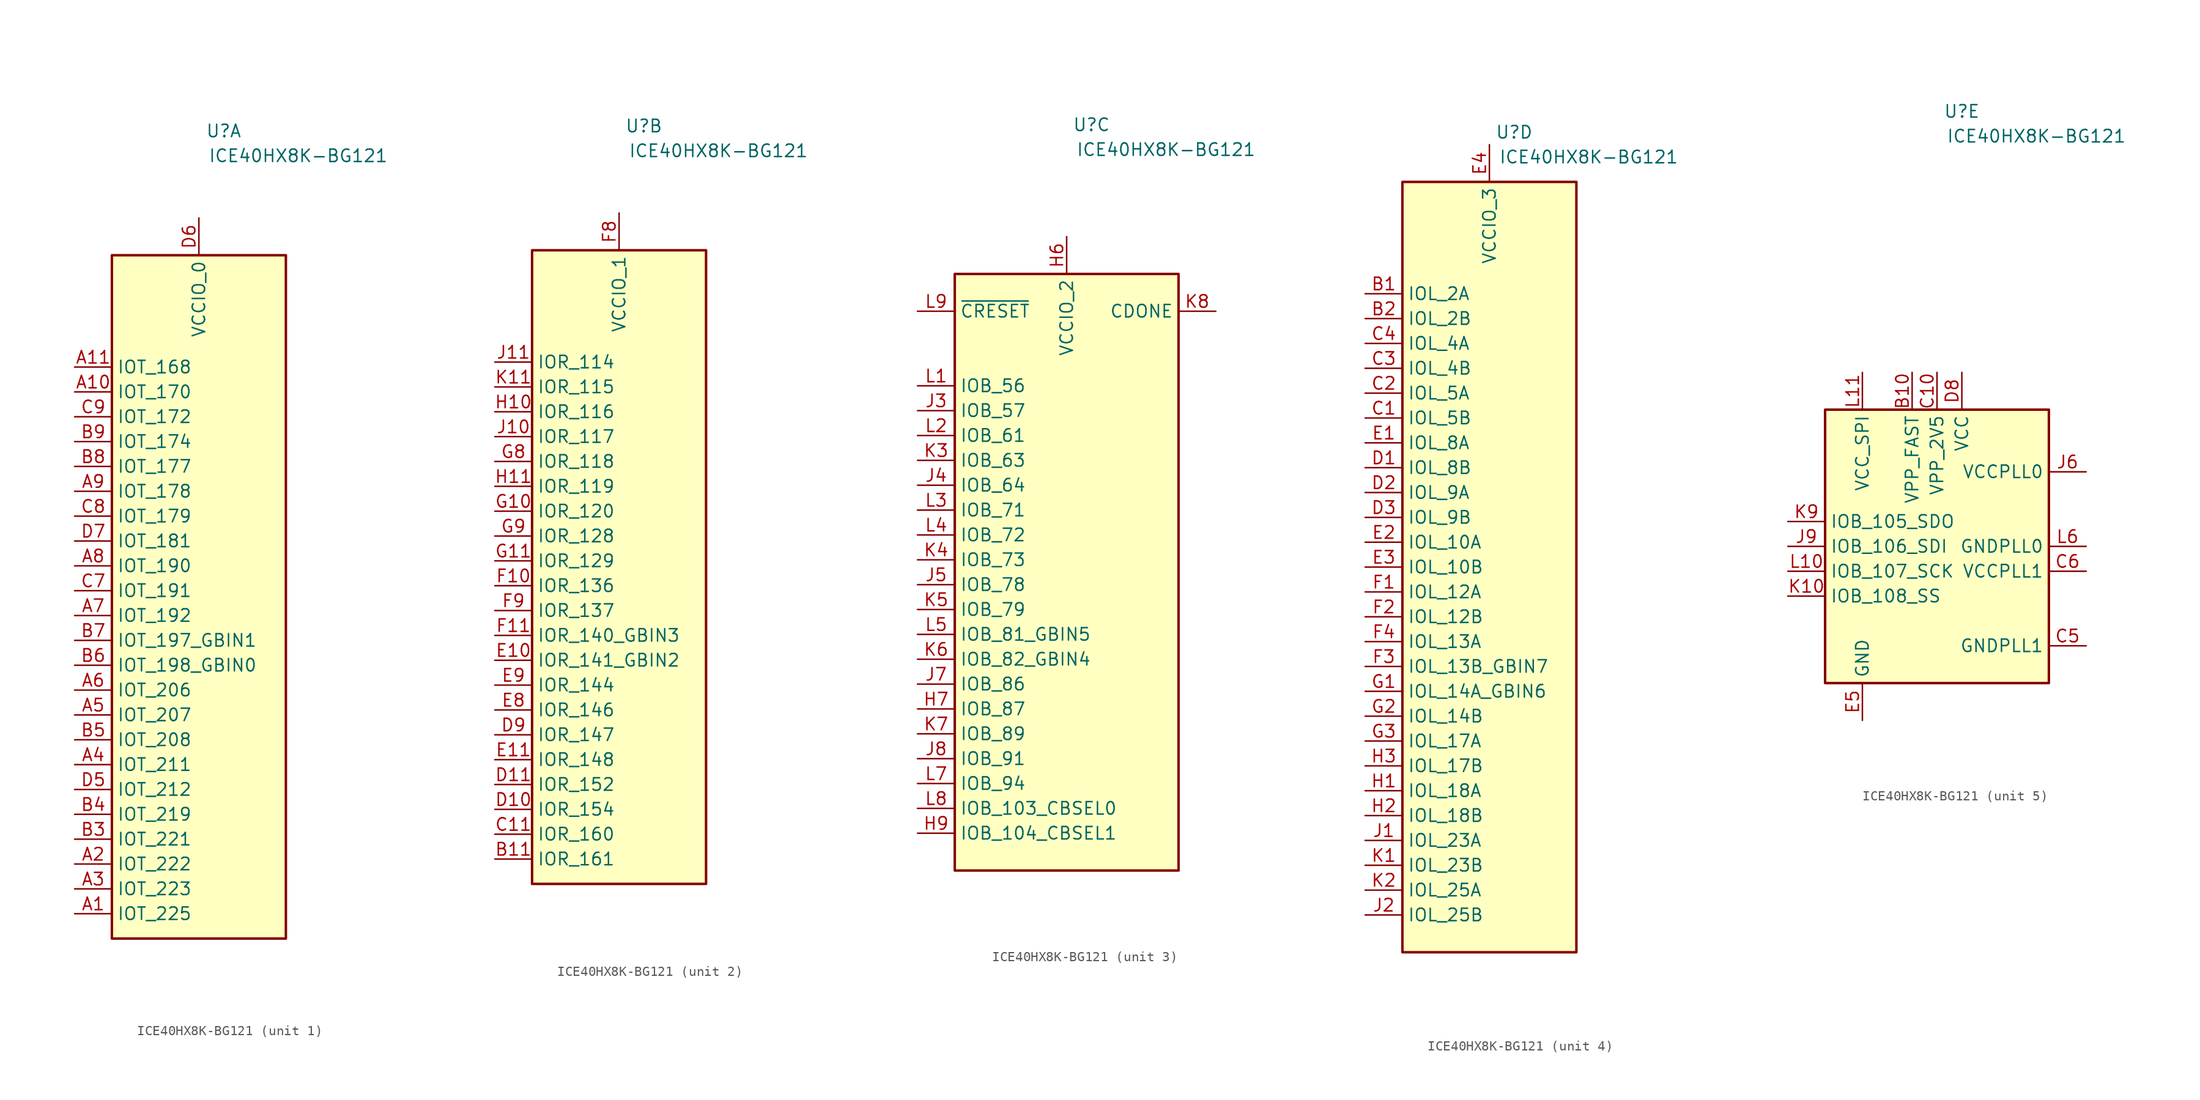
<source format=kicad_sym>
(kicad_symbol_lib
  (version 20220914)
  (generator kicad_symbol_editor)
  (symbol "ICE40HX8K-BG121"
    (property "Reference" "U"
      (at 2.54 44.45 0)
      (effects (font (size 1.27 1.27))))
    (property "Value" "ICE40HX8K-BG121"
      (at 10.16 41.91 0)
      (effects (font (size 1.27 1.27))))
    (property "ki_locked" ""
      (at 0 0 0)
      (effects (font (size 1.27 1.27))))
    (symbol "ICE40HX8K-BG121_1_1"
      (rectangle (start -8.89 31.75) (end 8.89 -38.1) (stroke (width 0.254) (type default)) (fill (type background)))
      (pin bidirectional line (at -12.7 -35.56 0) (length 3.81) (name "IOT_225" (effects (font (size 1.27 1.27)))) (number "A1" (effects (font (size 1.27 1.27)))))
      (pin bidirectional line (at -12.7 17.78 0) (length 3.81) (name "IOT_170" (effects (font (size 1.27 1.27)))) (number "A10" (effects (font (size 1.27 1.27)))))
      (pin bidirectional line (at -12.7 20.32 0) (length 3.81) (name "IOT_168" (effects (font (size 1.27 1.27)))) (number "A11" (effects (font (size 1.27 1.27)))))
      (pin bidirectional line (at -12.7 -30.48 0) (length 3.81) (name "IOT_222" (effects (font (size 1.27 1.27)))) (number "A2" (effects (font (size 1.27 1.27)))))
      (pin bidirectional line (at -12.7 -33.02 0) (length 3.81) (name "IOT_223" (effects (font (size 1.27 1.27)))) (number "A3" (effects (font (size 1.27 1.27)))))
      (pin bidirectional line (at -12.7 -20.32 0) (length 3.81) (name "IOT_211" (effects (font (size 1.27 1.27)))) (number "A4" (effects (font (size 1.27 1.27)))))
      (pin bidirectional line (at -12.7 -15.24 0) (length 3.81) (name "IOT_207" (effects (font (size 1.27 1.27)))) (number "A5" (effects (font (size 1.27 1.27)))))
      (pin bidirectional line (at -12.7 -12.7 0) (length 3.81) (name "IOT_206" (effects (font (size 1.27 1.27)))) (number "A6" (effects (font (size 1.27 1.27)))))
      (pin bidirectional line (at -12.7 -5.08 0) (length 3.81) (name "IOT_192" (effects (font (size 1.27 1.27)))) (number "A7" (effects (font (size 1.27 1.27)))))
      (pin bidirectional line (at -12.7 0 0) (length 3.81) (name "IOT_190" (effects (font (size 1.27 1.27)))) (number "A8" (effects (font (size 1.27 1.27)))))
      (pin bidirectional line (at -12.7 7.62 0) (length 3.81) (name "IOT_178" (effects (font (size 1.27 1.27)))) (number "A9" (effects (font (size 1.27 1.27)))))
      (pin bidirectional line (at -12.7 -27.94 0) (length 3.81) (name "IOT_221" (effects (font (size 1.27 1.27)))) (number "B3" (effects (font (size 1.27 1.27)))))
      (pin bidirectional line (at -12.7 -25.4 0) (length 3.81) (name "IOT_219" (effects (font (size 1.27 1.27)))) (number "B4" (effects (font (size 1.27 1.27)))))
      (pin bidirectional line (at -12.7 -17.78 0) (length 3.81) (name "IOT_208" (effects (font (size 1.27 1.27)))) (number "B5" (effects (font (size 1.27 1.27)))))
      (pin bidirectional line (at -12.7 -10.16 0) (length 3.81) (name "IOT_198_GBIN0" (effects (font (size 1.27 1.27)))) (number "B6" (effects (font (size 1.27 1.27)))))
      (pin bidirectional line (at -12.7 -7.62 0) (length 3.81) (name "IOT_197_GBIN1" (effects (font (size 1.27 1.27)))) (number "B7" (effects (font (size 1.27 1.27)))))
      (pin bidirectional line (at -12.7 10.16 0) (length 3.81) (name "IOT_177" (effects (font (size 1.27 1.27)))) (number "B8" (effects (font (size 1.27 1.27)))))
      (pin bidirectional line (at -12.7 12.7 0) (length 3.81) (name "IOT_174" (effects (font (size 1.27 1.27)))) (number "B9" (effects (font (size 1.27 1.27)))))
      (pin bidirectional line (at -12.7 -2.54 0) (length 3.81) (name "IOT_191" (effects (font (size 1.27 1.27)))) (number "C7" (effects (font (size 1.27 1.27)))))
      (pin bidirectional line (at -12.7 5.08 0) (length 3.81) (name "IOT_179" (effects (font (size 1.27 1.27)))) (number "C8" (effects (font (size 1.27 1.27)))))
      (pin bidirectional line (at -12.7 15.24 0) (length 3.81) (name "IOT_172" (effects (font (size 1.27 1.27)))) (number "C9" (effects (font (size 1.27 1.27)))))
      (pin bidirectional line (at -12.7 -22.86 0) (length 3.81) (name "IOT_212" (effects (font (size 1.27 1.27)))) (number "D5" (effects (font (size 1.27 1.27)))))
      (pin power_in line (at 0 35.56 270) (length 3.81) (name "VCCIO_0" (effects (font (size 1.27 1.27)))) (number "D6" (effects (font (size 1.27 1.27)))))
      (pin bidirectional line (at -12.7 2.54 0) (length 3.81) (name "IOT_181" (effects (font (size 1.27 1.27)))) (number "D7" (effects (font (size 1.27 1.27))))))
    (symbol "ICE40HX8K-BG121_2_1"
      (rectangle (start -8.89 31.75) (end 8.89 -33.02) (stroke (width 0.254) (type default)) (fill (type background)))
      (pin bidirectional line (at -12.7 -30.48 0) (length 3.81) (name "IOR_161" (effects (font (size 1.27 1.27)))) (number "B11" (effects (font (size 1.27 1.27)))))
      (pin bidirectional line (at -12.7 -27.94 0) (length 3.81) (name "IOR_160" (effects (font (size 1.27 1.27)))) (number "C11" (effects (font (size 1.27 1.27)))))
      (pin bidirectional line (at -12.7 -25.4 0) (length 3.81) (name "IOR_154" (effects (font (size 1.27 1.27)))) (number "D10" (effects (font (size 1.27 1.27)))))
      (pin bidirectional line (at -12.7 -22.86 0) (length 3.81) (name "IOR_152" (effects (font (size 1.27 1.27)))) (number "D11" (effects (font (size 1.27 1.27)))))
      (pin bidirectional line (at -12.7 -17.78 0) (length 3.81) (name "IOR_147" (effects (font (size 1.27 1.27)))) (number "D9" (effects (font (size 1.27 1.27)))))
      (pin bidirectional line (at -12.7 -10.16 0) (length 3.81) (name "IOR_141_GBIN2" (effects (font (size 1.27 1.27)))) (number "E10" (effects (font (size 1.27 1.27)))))
      (pin bidirectional line (at -12.7 -20.32 0) (length 3.81) (name "IOR_148" (effects (font (size 1.27 1.27)))) (number "E11" (effects (font (size 1.27 1.27)))))
      (pin bidirectional line (at -12.7 -15.24 0) (length 3.81) (name "IOR_146" (effects (font (size 1.27 1.27)))) (number "E8" (effects (font (size 1.27 1.27)))))
      (pin bidirectional line (at -12.7 -12.7 0) (length 3.81) (name "IOR_144" (effects (font (size 1.27 1.27)))) (number "E9" (effects (font (size 1.27 1.27)))))
      (pin bidirectional line (at -12.7 -2.54 0) (length 3.81) (name "IOR_136" (effects (font (size 1.27 1.27)))) (number "F10" (effects (font (size 1.27 1.27)))))
      (pin bidirectional line (at -12.7 -7.62 0) (length 3.81) (name "IOR_140_GBIN3" (effects (font (size 1.27 1.27)))) (number "F11" (effects (font (size 1.27 1.27)))))
      (pin power_in line (at 0 35.56 270) (length 3.81) (name "VCCIO_1" (effects (font (size 1.27 1.27)))) (number "F8" (effects (font (size 1.27 1.27)))))
      (pin bidirectional line (at -12.7 -5.08 0) (length 3.81) (name "IOR_137" (effects (font (size 1.27 1.27)))) (number "F9" (effects (font (size 1.27 1.27)))))
      (pin bidirectional line (at -12.7 5.08 0) (length 3.81) (name "IOR_120" (effects (font (size 1.27 1.27)))) (number "G10" (effects (font (size 1.27 1.27)))))
      (pin bidirectional line (at -12.7 0 0) (length 3.81) (name "IOR_129" (effects (font (size 1.27 1.27)))) (number "G11" (effects (font (size 1.27 1.27)))))
      (pin bidirectional line (at -12.7 10.16 0) (length 3.81) (name "IOR_118" (effects (font (size 1.27 1.27)))) (number "G8" (effects (font (size 1.27 1.27)))))
      (pin bidirectional line (at -12.7 2.54 0) (length 3.81) (name "IOR_128" (effects (font (size 1.27 1.27)))) (number "G9" (effects (font (size 1.27 1.27)))))
      (pin bidirectional line (at -12.7 15.24 0) (length 3.81) (name "IOR_116" (effects (font (size 1.27 1.27)))) (number "H10" (effects (font (size 1.27 1.27)))))
      (pin bidirectional line (at -12.7 7.62 0) (length 3.81) (name "IOR_119" (effects (font (size 1.27 1.27)))) (number "H11" (effects (font (size 1.27 1.27)))))
      (pin bidirectional line (at -12.7 12.7 0) (length 3.81) (name "IOR_117" (effects (font (size 1.27 1.27)))) (number "J10" (effects (font (size 1.27 1.27)))))
      (pin bidirectional line (at -12.7 20.32 0) (length 3.81) (name "IOR_114" (effects (font (size 1.27 1.27)))) (number "J11" (effects (font (size 1.27 1.27)))))
      (pin bidirectional line (at -12.7 17.78 0) (length 3.81) (name "IOR_115" (effects (font (size 1.27 1.27)))) (number "K11" (effects (font (size 1.27 1.27))))))
    (symbol "ICE40HX8K-BG121_3_1"
      (rectangle (start -11.43 29.21) (end 11.43 -31.75) (stroke (width 0.254) (type default)) (fill (type background)))
      (pin power_in line (at 0 33.02 270) (length 3.81) (name "VCCIO_2" (effects (font (size 1.27 1.27)))) (number "H6" (effects (font (size 1.27 1.27)))))
      (pin bidirectional line (at -15.24 -15.24 0) (length 3.81) (name "IOB_87" (effects (font (size 1.27 1.27)))) (number "H7" (effects (font (size 1.27 1.27)))))
      (pin bidirectional line (at -15.24 -27.94 0) (length 3.81) (name "IOB_104_CBSEL1" (effects (font (size 1.27 1.27)))) (number "H9" (effects (font (size 1.27 1.27)))))
      (pin bidirectional line (at -15.24 15.24 0) (length 3.81) (name "IOB_57" (effects (font (size 1.27 1.27)))) (number "J3" (effects (font (size 1.27 1.27)))))
      (pin bidirectional line (at -15.24 7.62 0) (length 3.81) (name "IOB_64" (effects (font (size 1.27 1.27)))) (number "J4" (effects (font (size 1.27 1.27)))))
      (pin bidirectional line (at -15.24 -2.54 0) (length 3.81) (name "IOB_78" (effects (font (size 1.27 1.27)))) (number "J5" (effects (font (size 1.27 1.27)))))
      (pin bidirectional line (at -15.24 -12.7 0) (length 3.81) (name "IOB_86" (effects (font (size 1.27 1.27)))) (number "J7" (effects (font (size 1.27 1.27)))))
      (pin bidirectional line (at -15.24 -20.32 0) (length 3.81) (name "IOB_91" (effects (font (size 1.27 1.27)))) (number "J8" (effects (font (size 1.27 1.27)))))
      (pin bidirectional line (at -15.24 10.16 0) (length 3.81) (name "IOB_63" (effects (font (size 1.27 1.27)))) (number "K3" (effects (font (size 1.27 1.27)))))
      (pin bidirectional line (at -15.24 0 0) (length 3.81) (name "IOB_73" (effects (font (size 1.27 1.27)))) (number "K4" (effects (font (size 1.27 1.27)))))
      (pin bidirectional line (at -15.24 -5.08 0) (length 3.81) (name "IOB_79" (effects (font (size 1.27 1.27)))) (number "K5" (effects (font (size 1.27 1.27)))))
      (pin bidirectional line (at -15.24 -10.16 0) (length 3.81) (name "IOB_82_GBIN4" (effects (font (size 1.27 1.27)))) (number "K6" (effects (font (size 1.27 1.27)))))
      (pin bidirectional line (at -15.24 -17.78 0) (length 3.81) (name "IOB_89" (effects (font (size 1.27 1.27)))) (number "K7" (effects (font (size 1.27 1.27)))))
      (pin open_collector line (at 15.24 25.4 180) (length 3.81) (name "CDONE" (effects (font (size 1.27 1.27)))) (number "K8" (effects (font (size 1.27 1.27)))))
      (pin bidirectional line (at -15.24 17.78 0) (length 3.81) (name "IOB_56" (effects (font (size 1.27 1.27)))) (number "L1" (effects (font (size 1.27 1.27)))))
      (pin bidirectional line (at -15.24 12.7 0) (length 3.81) (name "IOB_61" (effects (font (size 1.27 1.27)))) (number "L2" (effects (font (size 1.27 1.27)))))
      (pin bidirectional line (at -15.24 5.08 0) (length 3.81) (name "IOB_71" (effects (font (size 1.27 1.27)))) (number "L3" (effects (font (size 1.27 1.27)))))
      (pin bidirectional line (at -15.24 2.54 0) (length 3.81) (name "IOB_72" (effects (font (size 1.27 1.27)))) (number "L4" (effects (font (size 1.27 1.27)))))
      (pin bidirectional line (at -15.24 -7.62 0) (length 3.81) (name "IOB_81_GBIN5" (effects (font (size 1.27 1.27)))) (number "L5" (effects (font (size 1.27 1.27)))))
      (pin bidirectional line (at -15.24 -22.86 0) (length 3.81) (name "IOB_94" (effects (font (size 1.27 1.27)))) (number "L7" (effects (font (size 1.27 1.27)))))
      (pin bidirectional line (at -15.24 -25.4 0) (length 3.81) (name "IOB_103_CBSEL0" (effects (font (size 1.27 1.27)))) (number "L8" (effects (font (size 1.27 1.27)))))
      (pin input line (at -15.24 25.4 0) (length 3.81) (name "~{CRESET}" (effects (font (size 1.27 1.27)))) (number "L9" (effects (font (size 1.27 1.27))))))
    (symbol "ICE40HX8K-BG121_4_1"
      (rectangle (start -8.89 39.37) (end 8.89 -39.37) (stroke (width 0.254) (type default)) (fill (type background)))
      (pin bidirectional line (at -12.7 27.94 0) (length 3.81) (name "IOL_2A" (effects (font (size 1.27 1.27)))) (number "B1" (effects (font (size 1.27 1.27)))))
      (pin bidirectional line (at -12.7 25.4 0) (length 3.81) (name "IOL_2B" (effects (font (size 1.27 1.27)))) (number "B2" (effects (font (size 1.27 1.27)))))
      (pin bidirectional line (at -12.7 15.24 0) (length 3.81) (name "IOL_5B" (effects (font (size 1.27 1.27)))) (number "C1" (effects (font (size 1.27 1.27)))))
      (pin bidirectional line (at -12.7 17.78 0) (length 3.81) (name "IOL_5A" (effects (font (size 1.27 1.27)))) (number "C2" (effects (font (size 1.27 1.27)))))
      (pin bidirectional line (at -12.7 20.32 0) (length 3.81) (name "IOL_4B" (effects (font (size 1.27 1.27)))) (number "C3" (effects (font (size 1.27 1.27)))))
      (pin bidirectional line (at -12.7 22.86 0) (length 3.81) (name "IOL_4A" (effects (font (size 1.27 1.27)))) (number "C4" (effects (font (size 1.27 1.27)))))
      (pin bidirectional line (at -12.7 10.16 0) (length 3.81) (name "IOL_8B" (effects (font (size 1.27 1.27)))) (number "D1" (effects (font (size 1.27 1.27)))))
      (pin bidirectional line (at -12.7 7.62 0) (length 3.81) (name "IOL_9A" (effects (font (size 1.27 1.27)))) (number "D2" (effects (font (size 1.27 1.27)))))
      (pin bidirectional line (at -12.7 5.08 0) (length 3.81) (name "IOL_9B" (effects (font (size 1.27 1.27)))) (number "D3" (effects (font (size 1.27 1.27)))))
      (pin bidirectional line (at -12.7 12.7 0) (length 3.81) (name "IOL_8A" (effects (font (size 1.27 1.27)))) (number "E1" (effects (font (size 1.27 1.27)))))
      (pin bidirectional line (at -12.7 2.54 0) (length 3.81) (name "IOL_10A" (effects (font (size 1.27 1.27)))) (number "E2" (effects (font (size 1.27 1.27)))))
      (pin bidirectional line (at -12.7 0 0) (length 3.81) (name "IOL_10B" (effects (font (size 1.27 1.27)))) (number "E3" (effects (font (size 1.27 1.27)))))
      (pin power_in line (at 0 43.18 270) (length 3.81) (name "VCCIO_3" (effects (font (size 1.27 1.27)))) (number "E4" (effects (font (size 1.27 1.27)))))
      (pin bidirectional line (at -12.7 -2.54 0) (length 3.81) (name "IOL_12A" (effects (font (size 1.27 1.27)))) (number "F1" (effects (font (size 1.27 1.27)))))
      (pin bidirectional line (at -12.7 -5.08 0) (length 3.81) (name "IOL_12B" (effects (font (size 1.27 1.27)))) (number "F2" (effects (font (size 1.27 1.27)))))
      (pin bidirectional line (at -12.7 -10.16 0) (length 3.81) (name "IOL_13B_GBIN7" (effects (font (size 1.27 1.27)))) (number "F3" (effects (font (size 1.27 1.27)))))
      (pin bidirectional line (at -12.7 -7.62 0) (length 3.81) (name "IOL_13A" (effects (font (size 1.27 1.27)))) (number "F4" (effects (font (size 1.27 1.27)))))
      (pin bidirectional line (at -12.7 -12.7 0) (length 3.81) (name "IOL_14A_GBIN6" (effects (font (size 1.27 1.27)))) (number "G1" (effects (font (size 1.27 1.27)))))
      (pin bidirectional line (at -12.7 -15.24 0) (length 3.81) (name "IOL_14B" (effects (font (size 1.27 1.27)))) (number "G2" (effects (font (size 1.27 1.27)))))
      (pin bidirectional line (at -12.7 -17.78 0) (length 3.81) (name "IOL_17A" (effects (font (size 1.27 1.27)))) (number "G3" (effects (font (size 1.27 1.27)))))
      (pin passive line (at 0 43.18 270) (length 3.81) hide (name "VCCIO_3" (effects (font (size 1.27 1.27)))) (number "G4" (effects (font (size 1.27 1.27)))))
      (pin bidirectional line (at -12.7 -22.86 0) (length 3.81) (name "IOL_18A" (effects (font (size 1.27 1.27)))) (number "H1" (effects (font (size 1.27 1.27)))))
      (pin bidirectional line (at -12.7 -25.4 0) (length 3.81) (name "IOL_18B" (effects (font (size 1.27 1.27)))) (number "H2" (effects (font (size 1.27 1.27)))))
      (pin bidirectional line (at -12.7 -20.32 0) (length 3.81) (name "IOL_17B" (effects (font (size 1.27 1.27)))) (number "H3" (effects (font (size 1.27 1.27)))))
      (pin bidirectional line (at -12.7 -27.94 0) (length 3.81) (name "IOL_23A" (effects (font (size 1.27 1.27)))) (number "J1" (effects (font (size 1.27 1.27)))))
      (pin bidirectional line (at -12.7 -35.56 0) (length 3.81) (name "IOL_25B" (effects (font (size 1.27 1.27)))) (number "J2" (effects (font (size 1.27 1.27)))))
      (pin bidirectional line (at -12.7 -30.48 0) (length 3.81) (name "IOL_23B" (effects (font (size 1.27 1.27)))) (number "K1" (effects (font (size 1.27 1.27)))))
      (pin bidirectional line (at -12.7 -33.02 0) (length 3.81) (name "IOL_25A" (effects (font (size 1.27 1.27)))) (number "K2" (effects (font (size 1.27 1.27))))))
    (symbol "ICE40HX8K-BG121_5_1"
      (rectangle (start -11.43 13.97) (end 11.43 -13.97) (stroke (width 0.254) (type default)) (fill (type background)))
      (pin power_in line (at -2.54 17.78 270) (length 3.81) (name "VPP_FAST" (effects (font (size 1.27 1.27)))) (number "B10" (effects (font (size 1.27 1.27)))))
      (pin power_in line (at 0 17.78 270) (length 3.81) (name "VPP_2V5" (effects (font (size 1.27 1.27)))) (number "C10" (effects (font (size 1.27 1.27)))))
      (pin power_in line (at 15.24 -10.16 180) (length 3.81) (name "GNDPLL1" (effects (font (size 1.27 1.27)))) (number "C5" (effects (font (size 1.27 1.27)))))
      (pin power_in line (at 15.24 -2.54 180) (length 3.81) (name "VCCPLL1" (effects (font (size 1.27 1.27)))) (number "C6" (effects (font (size 1.27 1.27)))))
      (pin passive line (at 2.54 17.78 270) (length 3.81) hide (name "VCC" (effects (font (size 1.27 1.27)))) (number "D4" (effects (font (size 1.27 1.27)))))
      (pin power_in line (at 2.54 17.78 270) (length 3.81) (name "VCC" (effects (font (size 1.27 1.27)))) (number "D8" (effects (font (size 1.27 1.27)))))
      (pin power_in line (at -7.62 -17.78 90) (length 3.81) (name "GND" (effects (font (size 1.27 1.27)))) (number "E5" (effects (font (size 1.27 1.27)))))
      (pin passive line (at -7.62 -17.78 90) (length 3.81) hide (name "GND" (effects (font (size 1.27 1.27)))) (number "E6" (effects (font (size 1.27 1.27)))))
      (pin passive line (at -7.62 -17.78 90) (length 3.81) hide (name "GND" (effects (font (size 1.27 1.27)))) (number "E7" (effects (font (size 1.27 1.27)))))
      (pin passive line (at -7.62 -17.78 90) (length 3.81) hide (name "GND" (effects (font (size 1.27 1.27)))) (number "F5" (effects (font (size 1.27 1.27)))))
      (pin passive line (at -7.62 -17.78 90) (length 3.81) hide (name "GND" (effects (font (size 1.27 1.27)))) (number "F6" (effects (font (size 1.27 1.27)))))
      (pin passive line (at -7.62 -17.78 90) (length 3.81) hide (name "GND" (effects (font (size 1.27 1.27)))) (number "F7" (effects (font (size 1.27 1.27)))))
      (pin passive line (at -7.62 -17.78 90) (length 3.81) hide (name "GND" (effects (font (size 1.27 1.27)))) (number "G5" (effects (font (size 1.27 1.27)))))
      (pin passive line (at -7.62 -17.78 90) (length 3.81) hide (name "GND" (effects (font (size 1.27 1.27)))) (number "G6" (effects (font (size 1.27 1.27)))))
      (pin passive line (at -7.62 -17.78 90) (length 3.81) hide (name "GND" (effects (font (size 1.27 1.27)))) (number "G7" (effects (font (size 1.27 1.27)))))
      (pin passive line (at 2.54 17.78 270) (length 3.81) hide (name "VCC" (effects (font (size 1.27 1.27)))) (number "H4" (effects (font (size 1.27 1.27)))))
      (pin passive line (at -7.62 -17.78 90) (length 3.81) hide (name "GND" (effects (font (size 1.27 1.27)))) (number "H5" (effects (font (size 1.27 1.27)))))
      (pin passive line (at 2.54 17.78 270) (length 3.81) hide (name "VCC" (effects (font (size 1.27 1.27)))) (number "H8" (effects (font (size 1.27 1.27)))))
      (pin power_in line (at 15.24 7.62 180) (length 3.81) (name "VCCPLL0" (effects (font (size 1.27 1.27)))) (number "J6" (effects (font (size 1.27 1.27)))))
      (pin bidirectional line (at -15.24 0 0) (length 3.81) (name "IOB_106_SDI" (effects (font (size 1.27 1.27)))) (number "J9" (effects (font (size 1.27 1.27)))))
      (pin bidirectional line (at -15.24 -5.08 0) (length 3.81) (name "IOB_108_SS" (effects (font (size 1.27 1.27)))) (number "K10" (effects (font (size 1.27 1.27)))))
      (pin bidirectional line (at -15.24 2.54 0) (length 3.81) (name "IOB_105_SDO" (effects (font (size 1.27 1.27)))) (number "K9" (effects (font (size 1.27 1.27)))))
      (pin bidirectional line (at -15.24 -2.54 0) (length 3.81) (name "IOB_107_SCK" (effects (font (size 1.27 1.27)))) (number "L10" (effects (font (size 1.27 1.27)))))
      (pin power_in line (at -7.62 17.78 270) (length 3.81) (name "VCC_SPI" (effects (font (size 1.27 1.27)))) (number "L11" (effects (font (size 1.27 1.27)))))
      (pin power_in line (at 15.24 0 180) (length 3.81) (name "GNDPLL0" (effects (font (size 1.27 1.27)))) (number "L6" (effects (font (size 1.27 1.27))))))))
</source>
